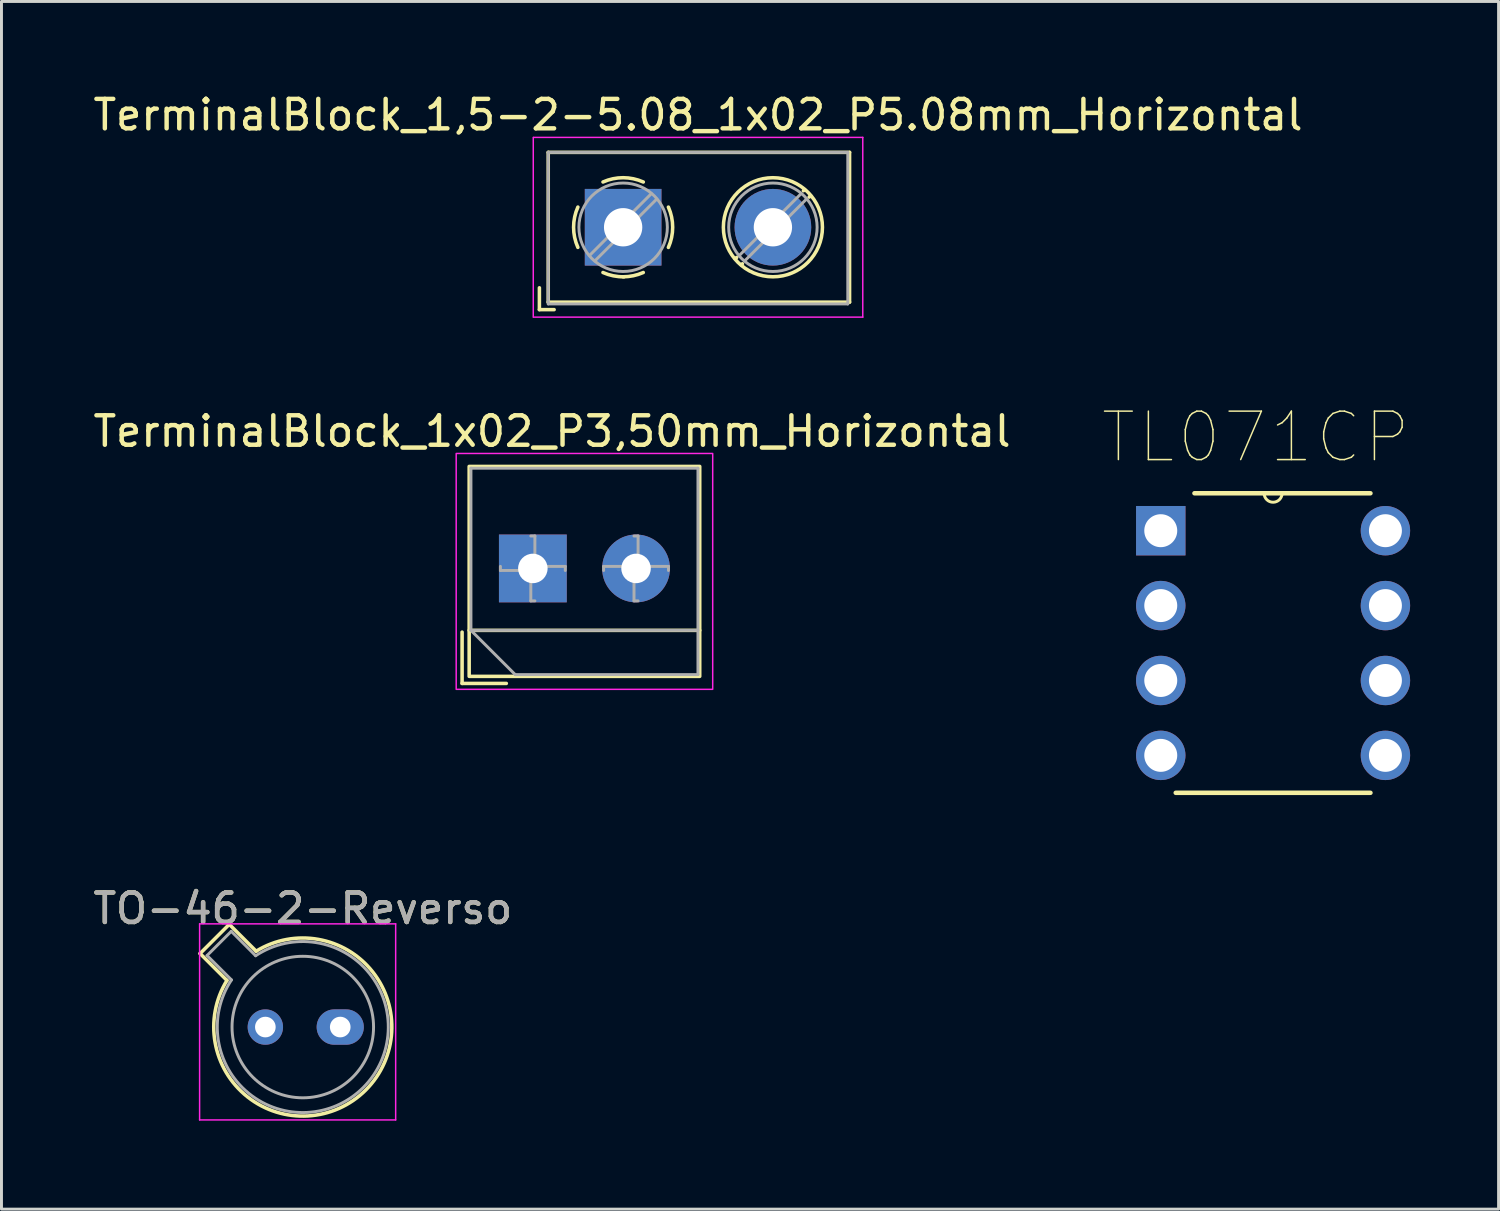
<source format=kicad_pcb>
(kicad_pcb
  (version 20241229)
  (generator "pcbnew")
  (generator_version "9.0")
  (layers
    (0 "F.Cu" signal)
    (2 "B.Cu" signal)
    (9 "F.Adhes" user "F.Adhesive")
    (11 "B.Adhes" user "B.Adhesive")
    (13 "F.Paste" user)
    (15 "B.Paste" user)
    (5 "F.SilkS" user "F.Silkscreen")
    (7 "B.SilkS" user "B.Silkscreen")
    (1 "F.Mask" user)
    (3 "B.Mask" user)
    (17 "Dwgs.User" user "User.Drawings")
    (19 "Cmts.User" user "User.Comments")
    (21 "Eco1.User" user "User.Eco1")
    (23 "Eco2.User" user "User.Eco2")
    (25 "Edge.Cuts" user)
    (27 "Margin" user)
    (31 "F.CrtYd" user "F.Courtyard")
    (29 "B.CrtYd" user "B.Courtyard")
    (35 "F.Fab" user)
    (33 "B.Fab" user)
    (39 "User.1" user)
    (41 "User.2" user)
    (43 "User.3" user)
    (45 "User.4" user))
  (footprint "TerminalBlock_1,5-2-5.08_1x02_P5.08mm_Horizontal"
    (layer "F.Cu")
    (at 18.085 4.658)
    (property "Reference" "TerminalBlock_1,5-2-5.08_1x02_P5.08mm_Horizontal" (at 2.54 -3.81 0) (layer "F.SilkS") (effects (font (size 1 1) (thickness 0.15))))
    (attr through_hole)
    (fp_line (start -2.84 2.054) (end -2.84 2.794) (stroke (width 0.12) (type solid)) (layer "F.SilkS"))
    (fp_line (start -2.84 2.794) (end -2.34 2.794) (stroke (width 0.12) (type solid)) (layer "F.SilkS"))
    (fp_line (start -2.54 -2.54) (end -2.54 2.54) (stroke (width 0.12) (type solid)) (layer "F.SilkS"))
    (fp_line (start -2.54 -2.54) (end 7.68 -2.54) (stroke (width 0.12) (type solid)) (layer "F.SilkS"))
    (fp_line (start -2.54 2.54) (end 7.68 2.54) (stroke (width 0.12) (type solid)) (layer "F.SilkS"))
    (fp_line (start 3.853 1.023) (end 3.806 1.069) (stroke (width 0.12) (type solid)) (layer "F.SilkS"))
    (fp_line (start 4.046 1.239) (end 4.011 1.274) (stroke (width 0.12) (type solid)) (layer "F.SilkS"))
    (fp_line (start 6.15 -1.275) (end 6.115 -1.239) (stroke (width 0.12) (type solid)) (layer "F.SilkS"))
    (fp_line (start 6.355 -1.069) (end 6.308 -1.023) (stroke (width 0.12) (type solid)) (layer "F.SilkS"))
    (fp_line (start 7.68 -2.54) (end 7.68 2.54) (stroke (width 0.12) (type solid)) (layer "F.SilkS"))
    (fp_arc (start -1.535427 0.683042) (mid -1.680501 -0.000524) (end -1.535 -0.684) (stroke (width 0.12) (type solid)) (layer "F.SilkS"))
    (fp_arc (start -0.683042 -1.535427) (mid 0.000524 -1.680501) (end 0.684 -1.535) (stroke (width 0.12) (type solid)) (layer "F.SilkS"))
    (fp_arc (start 0.028805 1.680253) (mid -0.335551 1.646659) (end -0.684 1.535) (stroke (width 0.12) (type solid)) (layer "F.SilkS"))
    (fp_arc (start 0.683318 1.534756) (mid 0.349292 1.643288) (end 0 1.68) (stroke (width 0.12) (type solid)) (layer "F.SilkS"))
    (fp_arc (start 1.535427 -0.683042) (mid 1.680501 0.000524) (end 1.535 0.684) (stroke (width 0.12) (type solid)) (layer "F.SilkS"))
    (fp_circle (center 5.08 0) (end 6.76 0) (stroke (width 0.12) (type solid)) (fill no) (layer "F.SilkS"))
    (fp_line (start -3.048 -3.048) (end -3.048 3.048) (stroke (width 0.05) (type solid)) (layer "F.CrtYd"))
    (fp_line (start -3.04 3.048) (end 8.13 3.048) (stroke (width 0.05) (type solid)) (layer "F.CrtYd"))
    (fp_line (start 8.128 3.048) (end 8.128 -3.048) (stroke (width 0.05) (type solid)) (layer "F.CrtYd"))
    (fp_line (start 8.13 -3.048) (end -3.04 -3.048) (stroke (width 0.05) (type solid)) (layer "F.CrtYd"))
    (fp_line (start -2.54 -2.54) (end 7.62 -2.54) (stroke (width 0.1) (type solid)) (layer "F.Fab"))
    (fp_line (start -2.54 2.6) (end -2.54 -2.54) (stroke (width 0.1) (type solid)) (layer "F.Fab"))
    (fp_line (start -2.54 2.6) (end 7.62 2.6) (stroke (width 0.1) (type solid)) (layer "F.Fab"))
    (fp_line (start 0.955 -1.138) (end -1.138 0.955) (stroke (width 0.1) (type solid)) (layer "F.Fab"))
    (fp_line (start 1.138 -0.955) (end -0.955 1.138) (stroke (width 0.1) (type solid)) (layer "F.Fab"))
    (fp_line (start 6.035 -1.138) (end 3.943 0.955) (stroke (width 0.1) (type solid)) (layer "F.Fab"))
    (fp_line (start 6.218 -0.955) (end 4.126 1.138) (stroke (width 0.1) (type solid)) (layer "F.Fab"))
    (fp_line (start 7.62 -2.54) (end 7.62 2.6) (stroke (width 0.1) (type solid)) (layer "F.Fab"))
    (fp_circle (center 0 0) (end 1.5 0) (stroke (width 0.1) (type solid)) (fill no) (layer "F.Fab"))
    (fp_circle (center 5.08 0) (end 6.58 0) (stroke (width 0.1) (type solid)) (fill no) (layer "F.Fab"))
    (pad "1" thru_hole rect (at 0 0) (size 2.6 2.6) (drill 1.3) (layers "*.Cu" "*.Mask"))
    (pad "2" thru_hole circle (at 5.08 0) (size 2.6 2.6) (drill 1.3) (layers "*.Cu" "*.Mask")))
  (footprint "TO-46-2-Reverso"
    (layer "F.Cu")
    (at 5.95 31.785)
    (property "Reference" "TO-46-2-Reverso" (at 1.27 -4.02 0) (layer "F.SilkS") (effects (font (size 1 1) (thickness 0.15))))
    (attr through_hole)
    (fp_line (start -2.214 -2.494) (end -1.302 -1.582) (stroke (width 0.12) (type solid)) (layer "F.SilkS"))
    (fp_line (start -1.224 -3.484) (end -2.214 -2.494) (stroke (width 0.12) (type solid)) (layer "F.SilkS"))
    (fp_line (start -0.312 -2.572) (end -1.224 -3.484) (stroke (width 0.12) (type solid)) (layer "F.SilkS"))
    (fp_arc (start -0.312331 -2.572281) (mid 3.405374 2.135551) (end -1.30215 -1.582544) (stroke (width 0.12) (type solid)) (layer "F.SilkS"))
    (fp_line (start -2.23 -3.5) (end -2.23 3.15) (stroke (width 0.05) (type solid)) (layer "F.CrtYd"))
    (fp_line (start -2.23 3.15) (end 4.42 3.15) (stroke (width 0.05) (type solid)) (layer "F.CrtYd"))
    (fp_line (start 4.42 -3.5) (end -2.23 -3.5) (stroke (width 0.05) (type solid)) (layer "F.CrtYd"))
    (fp_line (start 4.42 3.15) (end 4.42 -3.5) (stroke (width 0.05) (type solid)) (layer "F.CrtYd"))
    (fp_line (start -1.977 -2.426) (end -1.149 -1.599) (stroke (width 0.1) (type solid)) (layer "F.Fab"))
    (fp_line (start -1.156 -3.247) (end -1.977 -2.426) (stroke (width 0.1) (type solid)) (layer "F.Fab"))
    (fp_line (start -0.329 -2.419) (end -1.156 -3.247) (stroke (width 0.1) (type solid)) (layer "F.Fab"))
    (fp_arc (start -0.329057 -2.419301) (mid 3.321076 2.050143) (end -1.150029 -1.597956) (stroke (width 0.1) (type solid)) (layer "F.Fab"))
    (fp_circle (center 1.27 0) (end 3.67 0) (stroke (width 0.1) (type solid)) (fill no) (layer "F.Fab"))
    (fp_text user "${REFERENCE}" (at 1.27 -4.02 0) (layer "F.Fab") (effects (font (size 1 1) (thickness 0.15))))
    (pad "1" thru_hole oval (at 2.54 0) (size 1.6 1.2) (drill 0.7) (layers "*.Cu" "*.Mask"))
    (pad "2" thru_hole oval (at 0 0) (size 1.2 1.2) (drill 0.7) (layers "*.Cu" "*.Mask")))
  (footprint "TL071CP"
    (layer "F.Cu")
    (at 43.94 22.57)
    (property "Reference" "TL071CP" (at -4.402 -10.79 0) (layer "F.SilkS") (effects (font (size 1.643 1.643) (thickness 0.05))))
    (attr through_hole)
    (fp_line (start -7.112 1.27) (end -0.508 1.27) (stroke (width 0.152) (type solid)) (layer "F.SilkS"))
    (fp_line (start -4.115 -8.89) (end -6.477 -8.89) (stroke (width 0.152) (type solid)) (layer "F.SilkS"))
    (fp_line (start -3.505 -8.89) (end -4.115 -8.89) (stroke (width 0.152) (type solid)) (layer "F.SilkS"))
    (fp_line (start -0.508 -8.89) (end -3.505 -8.89) (stroke (width 0.152) (type solid)) (layer "F.SilkS"))
    (fp_arc (start -3.5052 -8.89) (mid -3.81 -8.5852) (end -4.1148 -8.89) (stroke (width 0.1) (type solid)) (layer "F.SilkS"))
    (fp_line (start -8.179 -8.179) (end -8.179 -7.061) (stroke (width 0.152) (type solid)) (layer "Eco2.User"))
    (fp_line (start -8.179 -7.061) (end -7.112 -7.061) (stroke (width 0.152) (type solid)) (layer "Eco2.User"))
    (fp_line (start -8.179 -5.639) (end -8.179 -4.521) (stroke (width 0.152) (type solid)) (layer "Eco2.User"))
    (fp_line (start -8.179 -4.521) (end -7.112 -4.521) (stroke (width 0.152) (type solid)) (layer "Eco2.User"))
    (fp_line (start -8.179 -3.099) (end -8.179 -1.981) (stroke (width 0.152) (type solid)) (layer "Eco2.User"))
    (fp_line (start -8.179 -1.981) (end -7.112 -1.981) (stroke (width 0.152) (type solid)) (layer "Eco2.User"))
    (fp_line (start -8.179 -0.559) (end -8.179 0.559) (stroke (width 0.152) (type solid)) (layer "Eco2.User"))
    (fp_line (start -8.179 0.559) (end -7.112 0.559) (stroke (width 0.152) (type solid)) (layer "Eco2.User"))
    (fp_line (start -7.112 -8.89) (end -7.112 1.27) (stroke (width 0.152) (type solid)) (layer "Eco2.User"))
    (fp_line (start -7.112 -8.179) (end -8.179 -8.179) (stroke (width 0.152) (type solid)) (layer "Eco2.User"))
    (fp_line (start -7.112 -7.061) (end -7.112 -8.179) (stroke (width 0.152) (type solid)) (layer "Eco2.User"))
    (fp_line (start -7.112 -5.639) (end -8.179 -5.639) (stroke (width 0.152) (type solid)) (layer "Eco2.User"))
    (fp_line (start -7.112 -4.521) (end -7.112 -5.639) (stroke (width 0.152) (type solid)) (layer "Eco2.User"))
    (fp_line (start -7.112 -3.099) (end -8.179 -3.099) (stroke (width 0.152) (type solid)) (layer "Eco2.User"))
    (fp_line (start -7.112 -1.981) (end -7.112 -3.099) (stroke (width 0.152) (type solid)) (layer "Eco2.User"))
    (fp_line (start -7.112 -0.559) (end -8.179 -0.559) (stroke (width 0.152) (type solid)) (layer "Eco2.User"))
    (fp_line (start -7.112 0.559) (end -7.112 -0.559) (stroke (width 0.152) (type solid)) (layer "Eco2.User"))
    (fp_line (start -7.112 1.27) (end -0.508 1.27) (stroke (width 0.152) (type solid)) (layer "Eco2.User"))
    (fp_line (start -4.115 -8.89) (end -7.112 -8.89) (stroke (width 0.152) (type solid)) (layer "Eco2.User"))
    (fp_line (start -3.505 -8.89) (end -4.115 -8.89) (stroke (width 0.152) (type solid)) (layer "Eco2.User"))
    (fp_line (start -0.508 -8.89) (end -3.505 -8.89) (stroke (width 0.152) (type solid)) (layer "Eco2.User"))
    (fp_line (start -0.508 -8.179) (end -0.508 -7.061) (stroke (width 0.152) (type solid)) (layer "Eco2.User"))
    (fp_line (start -0.508 -7.061) (end 0.559 -7.061) (stroke (width 0.152) (type solid)) (layer "Eco2.User"))
    (fp_line (start -0.508 -5.639) (end -0.508 -4.521) (stroke (width 0.152) (type solid)) (layer "Eco2.User"))
    (fp_line (start -0.508 -4.521) (end 0.559 -4.521) (stroke (width 0.152) (type solid)) (layer "Eco2.User"))
    (fp_line (start -0.508 -3.099) (end -0.508 -1.981) (stroke (width 0.152) (type solid)) (layer "Eco2.User"))
    (fp_line (start -0.508 -1.981) (end 0.559 -1.981) (stroke (width 0.152) (type solid)) (layer "Eco2.User"))
    (fp_line (start -0.508 -0.559) (end -0.508 0.559) (stroke (width 0.152) (type solid)) (layer "Eco2.User"))
    (fp_line (start -0.508 0.559) (end 0.559 0.559) (stroke (width 0.152) (type solid)) (layer "Eco2.User"))
    (fp_line (start -0.508 1.27) (end -0.508 -8.89) (stroke (width 0.152) (type solid)) (layer "Eco2.User"))
    (fp_line (start 0.559 -8.179) (end -0.508 -8.179) (stroke (width 0.152) (type solid)) (layer "Eco2.User"))
    (fp_line (start 0.559 -7.061) (end 0.559 -8.179) (stroke (width 0.152) (type solid)) (layer "Eco2.User"))
    (fp_line (start 0.559 -5.639) (end -0.508 -5.639) (stroke (width 0.152) (type solid)) (layer "Eco2.User"))
    (fp_line (start 0.559 -4.521) (end 0.559 -5.639) (stroke (width 0.152) (type solid)) (layer "Eco2.User"))
    (fp_line (start 0.559 -3.099) (end -0.508 -3.099) (stroke (width 0.152) (type solid)) (layer "Eco2.User"))
    (fp_line (start 0.559 -1.981) (end 0.559 -3.099) (stroke (width 0.152) (type solid)) (layer "Eco2.User"))
    (fp_line (start 0.559 -0.559) (end -0.508 -0.559) (stroke (width 0.152) (type solid)) (layer "Eco2.User"))
    (fp_line (start 0.559 0.559) (end 0.559 -0.559) (stroke (width 0.152) (type solid)) (layer "Eco2.User"))
    (fp_arc (start -3.5052 -8.89) (mid -3.81 -8.5852) (end -4.1148 -8.89) (stroke (width 0.1) (type solid)) (layer "Eco2.User"))
    (pad "1" thru_hole rect (at -7.62 -7.62) (size 1.676 1.676) (drill 1.118) (layers "*.Cu" "*.Mask"))
    (pad "2" thru_hole circle (at -7.62 -5.08) (size 1.676 1.676) (drill 1.118) (layers "*.Cu" "*.Mask"))
    (pad "3" thru_hole circle (at -7.62 -2.54) (size 1.676 1.676) (drill 1.118) (layers "*.Cu" "*.Mask"))
    (pad "4" thru_hole circle (at -7.62 0) (size 1.676 1.676) (drill 1.118) (layers "*.Cu" "*.Mask"))
    (pad "5" thru_hole circle (at 0 0) (size 1.676 1.676) (drill 1.118) (layers "*.Cu" "*.Mask"))
    (pad "6" thru_hole circle (at 0 -2.54) (size 1.676 1.676) (drill 1.118) (layers "*.Cu" "*.Mask"))
    (pad "7" thru_hole circle (at 0 -5.08) (size 1.676 1.676) (drill 1.118) (layers "*.Cu" "*.Mask"))
    (pad "8" thru_hole circle (at 0 -7.62) (size 1.676 1.676) (drill 1.118) (layers "*.Cu" "*.Mask")))
  (footprint "TerminalBlock_1x02_P3,50mm_Horizontal"
    (layer "F.Cu")
    (at 15.023 16.23)
    (property "Reference" "TerminalBlock_1x02_P3,50mm_Horizontal" (at 0.65 -4.65 0) (unlocked yes) (layer "F.SilkS") (effects (font (size 1 1) (thickness 0.15))))
    (attr through_hole)
    (fp_line (start -2.4 2.16) (end -2.4 3.9) (stroke (width 0.12) (type solid)) (layer "F.SilkS"))
    (fp_line (start -2.4 3.9) (end -0.9 3.9) (stroke (width 0.12) (type solid)) (layer "F.SilkS"))
    (fp_line (start -2.16 2.1) (end 5.66 2.1) (stroke (width 0.12) (type solid)) (layer "F.SilkS"))
    (fp_rect (start -2.16 -3.46) (end 5.66 3.66) (stroke (width 0.12) (type solid)) (fill no) (layer "F.SilkS"))
    (fp_rect (start -2.6 -3.9) (end 6.1 4.1) (stroke (width 0.05) (type solid)) (fill no) (layer "F.CrtYd"))
    (fp_line (start -2.1 -3.4) (end 5.6 -3.4) (stroke (width 0.1) (type solid)) (layer "F.Fab"))
    (fp_line (start -2.1 2.1) (end -2.1 -3.4) (stroke (width 0.1) (type solid)) (layer "F.Fab"))
    (fp_line (start -2.1 2.1) (end 5.6 2.1) (stroke (width 0.1) (type solid)) (layer "F.Fab"))
    (fp_line (start -1.1 0.069) (end -1.1 -0.069) (stroke (width 0.1) (type solid)) (layer "F.Fab"))
    (fp_line (start -0.6 3.6) (end -2.1 2.1) (stroke (width 0.1) (type solid)) (layer "F.Fab"))
    (fp_line (start -0.069 -1.1) (end 0.069 -1.1) (stroke (width 0.1) (type solid)) (layer "F.Fab"))
    (fp_line (start -0.069 0.069) (end -1.1 0.069) (stroke (width 0.1) (type solid)) (layer "F.Fab"))
    (fp_line (start -0.069 1.1) (end -0.069 0.069) (stroke (width 0.1) (type solid)) (layer "F.Fab"))
    (fp_line (start 0.069 -1.1) (end 0.069 -0.069) (stroke (width 0.1) (type solid)) (layer "F.Fab"))
    (fp_line (start 0.069 -0.069) (end 1.1 -0.069) (stroke (width 0.1) (type solid)) (layer "F.Fab"))
    (fp_line (start 0.069 1.1) (end -0.069 1.1) (stroke (width 0.1) (type solid)) (layer "F.Fab"))
    (fp_line (start 1.1 -0.069) (end 1.1 0.069) (stroke (width 0.1) (type solid)) (layer "F.Fab"))
    (fp_line (start 2.4 -0.069) (end 3.431 -0.069) (stroke (width 0.1) (type solid)) (layer "F.Fab"))
    (fp_line (start 2.4 0.069) (end 2.4 -0.069) (stroke (width 0.1) (type solid)) (layer "F.Fab"))
    (fp_line (start 3.431 -1.1) (end 3.569 -1.1) (stroke (width 0.1) (type solid)) (layer "F.Fab"))
    (fp_line (start 3.431 1.1) (end 3.431 0.069) (stroke (width 0.1) (type solid)) (layer "F.Fab"))
    (fp_line (start 3.569 -1.1) (end 3.569 -0.069) (stroke (width 0.1) (type solid)) (layer "F.Fab"))
    (fp_line (start 3.569 -0.069) (end 4.6 -0.069) (stroke (width 0.1) (type solid)) (layer "F.Fab"))
    (fp_line (start 3.569 1.1) (end 3.431 1.1) (stroke (width 0.1) (type solid)) (layer "F.Fab"))
    (fp_line (start 4.6 -0.069) (end 4.6 0.069) (stroke (width 0.1) (type solid)) (layer "F.Fab"))
    (fp_line (start 5.6 -3.4) (end 5.6 3.6) (stroke (width 0.1) (type solid)) (layer "F.Fab"))
    (fp_line (start 5.6 3.6) (end -0.6 3.6) (stroke (width 0.1) (type solid)) (layer "F.Fab"))
    (pad "1" thru_hole rect (at 0 0) (size 2.3 2.3) (drill 1) (layers "*.Cu" "*.Mask"))
    (pad "2" thru_hole circle (at 3.5 0) (size 2.3 2.3) (drill 1) (layers "*.Cu" "*.Mask")))
  (gr_rect
    (start -3 -3)
    (end 47.778 37.96)
    (stroke (width 0.1) (type default))
    (fill no)
    (layer "Edge.Cuts")))
</source>
